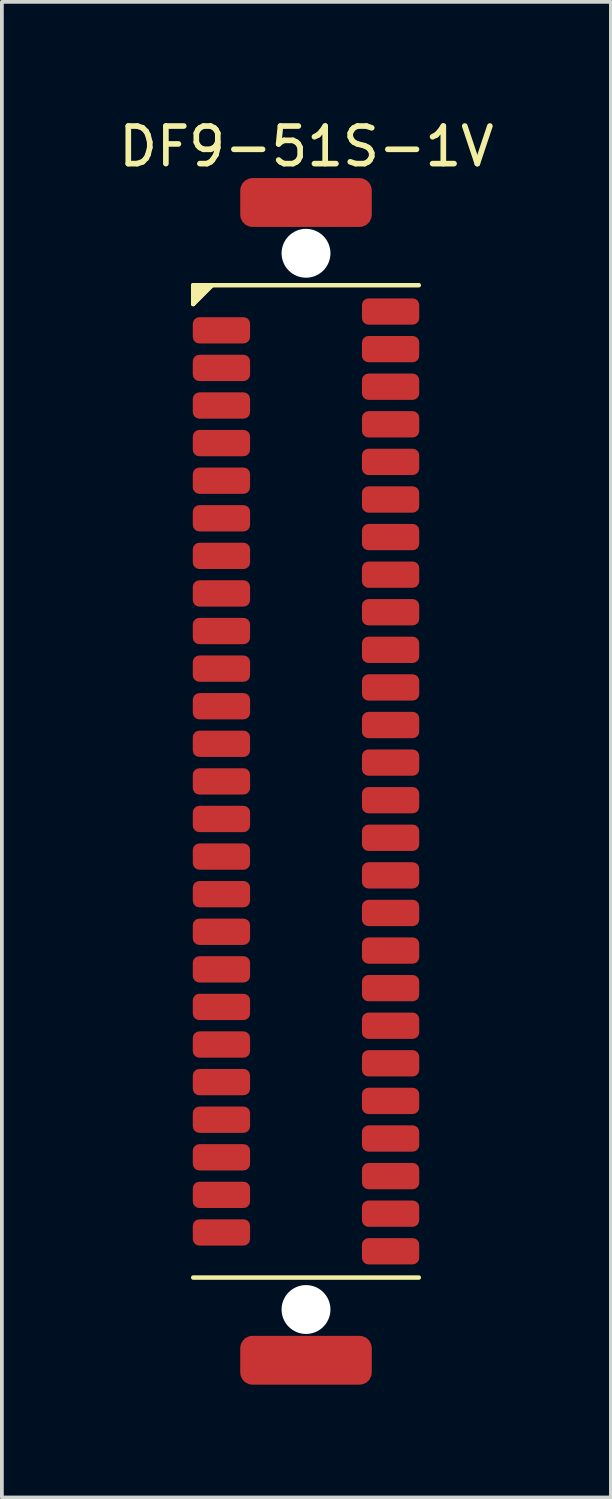
<source format=kicad_pcb>
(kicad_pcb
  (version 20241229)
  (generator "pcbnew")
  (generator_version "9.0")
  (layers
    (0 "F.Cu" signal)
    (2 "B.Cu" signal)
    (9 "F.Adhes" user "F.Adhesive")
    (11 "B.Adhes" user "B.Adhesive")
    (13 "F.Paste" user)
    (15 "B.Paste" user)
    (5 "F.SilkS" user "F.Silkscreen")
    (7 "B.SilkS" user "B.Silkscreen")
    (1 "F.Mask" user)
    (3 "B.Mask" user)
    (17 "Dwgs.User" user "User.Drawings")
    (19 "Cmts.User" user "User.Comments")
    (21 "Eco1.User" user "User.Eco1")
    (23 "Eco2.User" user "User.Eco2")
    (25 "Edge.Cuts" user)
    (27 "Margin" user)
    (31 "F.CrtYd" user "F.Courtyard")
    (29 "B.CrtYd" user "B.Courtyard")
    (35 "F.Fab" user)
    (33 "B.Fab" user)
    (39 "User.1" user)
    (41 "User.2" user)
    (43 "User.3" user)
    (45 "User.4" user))
  (footprint "DF9-51S-1V"
    (layer "F.Cu")
    (at 5.091 17.738)
    (property "Reference" "DF9-51S-1V" (at 0.01 -16.89 0) (layer "F.SilkS") (effects (font (size 1 1) (thickness 0.15))))
    (attr through_hole)
    (fp_line (start -3 -13.2) (end -3 -12.7) (stroke (width 0.12) (type solid)) (layer "F.SilkS"))
    (fp_line (start -3 -13.2) (end 3 -13.2) (stroke (width 0.12) (type solid)) (layer "F.SilkS"))
    (fp_line (start -3 -12.7) (end -2.5 -13.2) (stroke (width 0.12) (type solid)) (layer "F.SilkS"))
    (fp_line (start -3 13.2) (end 3 13.2) (stroke (width 0.12) (type solid)) (layer "F.SilkS"))
    (fp_poly (pts (xy -3 -13.2) (xy -3 -12.7) (xy -2.5 -13.2)) (stroke (width 0.1) (type solid)) (fill yes) (layer "F.SilkS"))
    (pad "" np_thru_hole circle (at 0 -14.05) (size 1.3 1.3) (drill 1.3) (layers "*.Cu" "*.Mask"))
    (pad "" np_thru_hole circle (at 0 14.05) (size 1.3 1.3) (drill 1.3) (layers "*.Cu" "*.Mask"))
    (pad "1" smd roundrect (at -2.25 -12) (size 1.524 0.7) (layers "F.Cu" "F.Mask" "F.Paste") (roundrect_rratio 0.25))
    (pad "2" smd roundrect (at -2.25 -11) (size 1.524 0.7) (layers "F.Cu" "F.Mask" "F.Paste") (roundrect_rratio 0.25))
    (pad "3" smd roundrect (at -2.25 -10) (size 1.524 0.7) (layers "F.Cu" "F.Mask" "F.Paste") (roundrect_rratio 0.25))
    (pad "4" smd roundrect (at -2.25 -9) (size 1.524 0.7) (layers "F.Cu" "F.Mask" "F.Paste") (roundrect_rratio 0.25))
    (pad "5" smd roundrect (at -2.25 -8) (size 1.524 0.7) (layers "F.Cu" "F.Mask" "F.Paste") (roundrect_rratio 0.25))
    (pad "6" smd roundrect (at -2.25 -7) (size 1.524 0.7) (layers "F.Cu" "F.Mask" "F.Paste") (roundrect_rratio 0.25))
    (pad "7" smd roundrect (at -2.25 -6) (size 1.524 0.7) (layers "F.Cu" "F.Mask" "F.Paste") (roundrect_rratio 0.25))
    (pad "8" smd roundrect (at -2.25 -5) (size 1.524 0.7) (layers "F.Cu" "F.Mask" "F.Paste") (roundrect_rratio 0.25))
    (pad "9" smd roundrect (at -2.25 -4) (size 1.524 0.7) (layers "F.Cu" "F.Mask" "F.Paste") (roundrect_rratio 0.25))
    (pad "10" smd roundrect (at -2.25 -3) (size 1.524 0.7) (layers "F.Cu" "F.Mask" "F.Paste") (roundrect_rratio 0.25))
    (pad "11" smd roundrect (at -2.25 -2) (size 1.524 0.7) (layers "F.Cu" "F.Mask" "F.Paste") (roundrect_rratio 0.25))
    (pad "12" smd roundrect (at -2.25 -1) (size 1.524 0.7) (layers "F.Cu" "F.Mask" "F.Paste") (roundrect_rratio 0.25))
    (pad "13" smd roundrect (at -2.25 0) (size 1.524 0.7) (layers "F.Cu" "F.Mask" "F.Paste") (roundrect_rratio 0.25))
    (pad "14" smd roundrect (at -2.25 1) (size 1.524 0.7) (layers "F.Cu" "F.Mask" "F.Paste") (roundrect_rratio 0.25))
    (pad "15" smd roundrect (at -2.25 2) (size 1.524 0.7) (layers "F.Cu" "F.Mask" "F.Paste") (roundrect_rratio 0.25))
    (pad "16" smd roundrect (at -2.25 3) (size 1.524 0.7) (layers "F.Cu" "F.Mask" "F.Paste") (roundrect_rratio 0.25))
    (pad "17" smd roundrect (at -2.25 4) (size 1.524 0.7) (layers "F.Cu" "F.Mask" "F.Paste") (roundrect_rratio 0.25))
    (pad "18" smd roundrect (at -2.25 5) (size 1.524 0.7) (layers "F.Cu" "F.Mask" "F.Paste") (roundrect_rratio 0.25))
    (pad "19" smd roundrect (at -2.25 6) (size 1.524 0.7) (layers "F.Cu" "F.Mask" "F.Paste") (roundrect_rratio 0.25))
    (pad "20" smd roundrect (at -2.25 7) (size 1.524 0.7) (layers "F.Cu" "F.Mask" "F.Paste") (roundrect_rratio 0.25))
    (pad "21" smd roundrect (at -2.25 8) (size 1.524 0.7) (layers "F.Cu" "F.Mask" "F.Paste") (roundrect_rratio 0.25))
    (pad "22" smd roundrect (at -2.25 9) (size 1.524 0.7) (layers "F.Cu" "F.Mask" "F.Paste") (roundrect_rratio 0.25))
    (pad "23" smd roundrect (at -2.25 10) (size 1.524 0.7) (layers "F.Cu" "F.Mask" "F.Paste") (roundrect_rratio 0.25))
    (pad "24" smd roundrect (at -2.25 11) (size 1.524 0.7) (layers "F.Cu" "F.Mask" "F.Paste") (roundrect_rratio 0.25))
    (pad "25" smd roundrect (at -2.25 12) (size 1.524 0.7) (layers "F.Cu" "F.Mask" "F.Paste") (roundrect_rratio 0.25))
    (pad "26" smd roundrect (at 2.25 12.5) (size 1.524 0.7) (layers "F.Cu" "F.Mask" "F.Paste") (roundrect_rratio 0.25))
    (pad "27" smd roundrect (at 2.25 11.5) (size 1.524 0.7) (layers "F.Cu" "F.Mask" "F.Paste") (roundrect_rratio 0.25))
    (pad "28" smd roundrect (at 2.25 10.5) (size 1.524 0.7) (layers "F.Cu" "F.Mask" "F.Paste") (roundrect_rratio 0.25))
    (pad "29" smd roundrect (at 2.25 9.5) (size 1.524 0.7) (layers "F.Cu" "F.Mask" "F.Paste") (roundrect_rratio 0.25))
    (pad "30" smd roundrect (at 2.25 8.5) (size 1.524 0.7) (layers "F.Cu" "F.Mask" "F.Paste") (roundrect_rratio 0.25))
    (pad "31" smd roundrect (at 2.25 7.5) (size 1.524 0.7) (layers "F.Cu" "F.Mask" "F.Paste") (roundrect_rratio 0.25))
    (pad "32" smd roundrect (at 2.25 6.5) (size 1.524 0.7) (layers "F.Cu" "F.Mask" "F.Paste") (roundrect_rratio 0.25))
    (pad "33" smd roundrect (at 2.25 5.5) (size 1.524 0.7) (layers "F.Cu" "F.Mask" "F.Paste") (roundrect_rratio 0.25))
    (pad "34" smd roundrect (at 2.25 4.5) (size 1.524 0.7) (layers "F.Cu" "F.Mask" "F.Paste") (roundrect_rratio 0.25))
    (pad "35" smd roundrect (at 2.25 3.5) (size 1.524 0.7) (layers "F.Cu" "F.Mask" "F.Paste") (roundrect_rratio 0.25))
    (pad "36" smd roundrect (at 2.25 2.5) (size 1.524 0.7) (layers "F.Cu" "F.Mask" "F.Paste") (roundrect_rratio 0.25))
    (pad "37" smd roundrect (at 2.25 1.5) (size 1.524 0.7) (layers "F.Cu" "F.Mask" "F.Paste") (roundrect_rratio 0.25))
    (pad "38" smd roundrect (at 2.25 0.5) (size 1.524 0.7) (layers "F.Cu" "F.Mask" "F.Paste") (roundrect_rratio 0.25))
    (pad "39" smd roundrect (at 2.25 -0.5) (size 1.524 0.7) (layers "F.Cu" "F.Mask" "F.Paste") (roundrect_rratio 0.25))
    (pad "40" smd roundrect (at 2.25 -1.5) (size 1.524 0.7) (layers "F.Cu" "F.Mask" "F.Paste") (roundrect_rratio 0.25))
    (pad "41" smd roundrect (at 2.25 -2.5) (size 1.524 0.7) (layers "F.Cu" "F.Mask" "F.Paste") (roundrect_rratio 0.25))
    (pad "42" smd roundrect (at 2.25 -3.5) (size 1.524 0.7) (layers "F.Cu" "F.Mask" "F.Paste") (roundrect_rratio 0.25))
    (pad "43" smd roundrect (at 2.25 -4.5) (size 1.524 0.7) (layers "F.Cu" "F.Mask" "F.Paste") (roundrect_rratio 0.25))
    (pad "44" smd roundrect (at 2.25 -5.5) (size 1.524 0.7) (layers "F.Cu" "F.Mask" "F.Paste") (roundrect_rratio 0.25))
    (pad "45" smd roundrect (at 2.25 -6.5) (size 1.524 0.7) (layers "F.Cu" "F.Mask" "F.Paste") (roundrect_rratio 0.25))
    (pad "46" smd roundrect (at 2.25 -7.5) (size 1.524 0.7) (layers "F.Cu" "F.Mask" "F.Paste") (roundrect_rratio 0.25))
    (pad "47" smd roundrect (at 2.25 -8.5) (size 1.524 0.7) (layers "F.Cu" "F.Mask" "F.Paste") (roundrect_rratio 0.25))
    (pad "48" smd roundrect (at 2.25 -9.5) (size 1.524 0.7) (layers "F.Cu" "F.Mask" "F.Paste") (roundrect_rratio 0.25))
    (pad "49" smd roundrect (at 2.25 -10.5) (size 1.524 0.7) (layers "F.Cu" "F.Mask" "F.Paste") (roundrect_rratio 0.25))
    (pad "50" smd roundrect (at 2.25 -11.5) (size 1.524 0.7) (layers "F.Cu" "F.Mask" "F.Paste") (roundrect_rratio 0.25))
    (pad "51" smd roundrect (at 2.25 -12.5) (size 1.524 0.7) (layers "F.Cu" "F.Mask" "F.Paste") (roundrect_rratio 0.25))
    (pad "MNT" smd roundrect (at 0 -15.4) (size 3.5 1.3) (layers "F.Cu" "F.Mask" "F.Paste") (roundrect_rratio 0.25))
    (pad "MNT" smd roundrect (at 0 15.4) (size 3.5 1.3) (layers "F.Cu" "F.Mask" "F.Paste") (roundrect_rratio 0.25)))
  (gr_rect
    (start -3 -3)
    (end 13.202 36.788)
    (stroke (width 0.1) (type default))
    (fill no)
    (layer "Edge.Cuts")))
</source>
